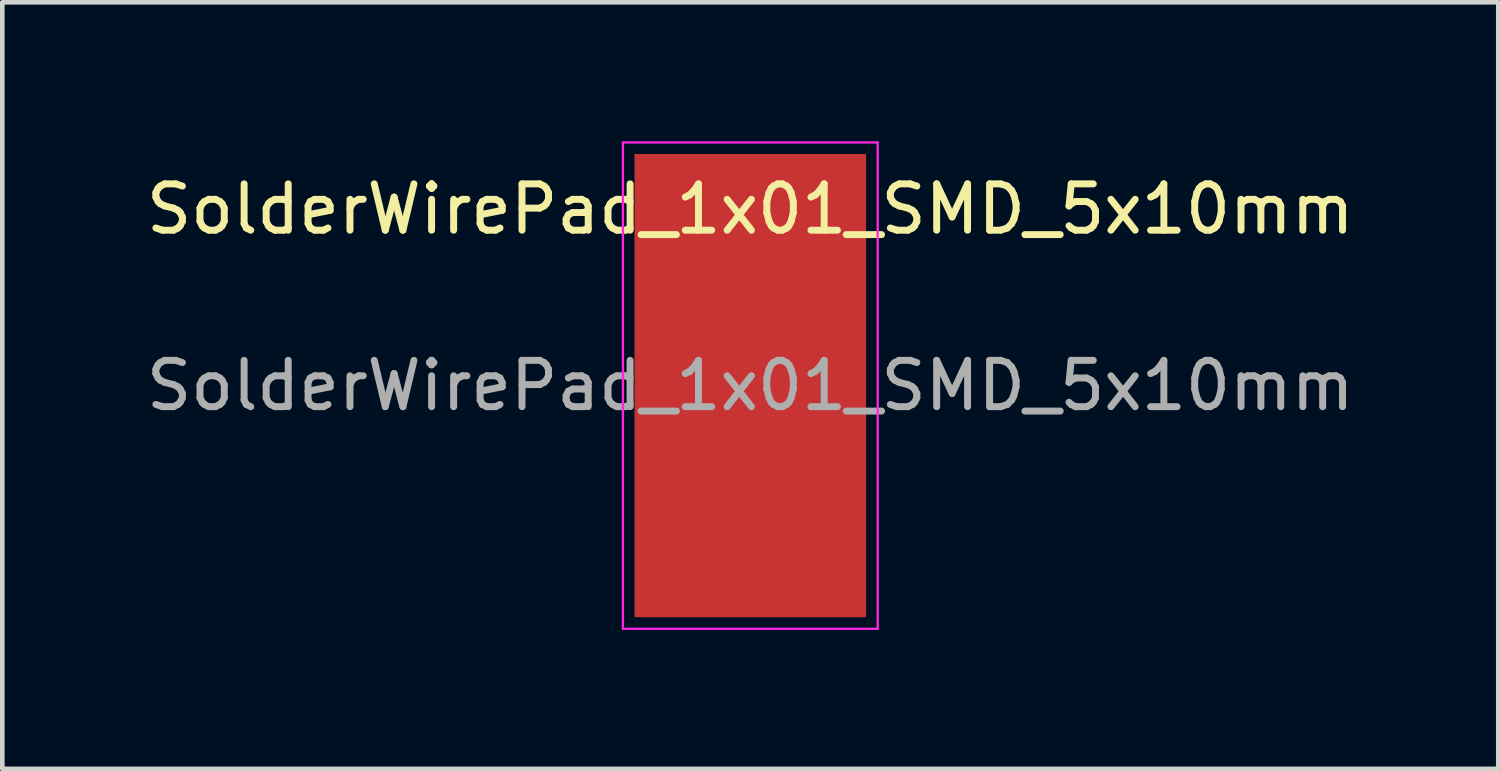
<source format=kicad_pcb>
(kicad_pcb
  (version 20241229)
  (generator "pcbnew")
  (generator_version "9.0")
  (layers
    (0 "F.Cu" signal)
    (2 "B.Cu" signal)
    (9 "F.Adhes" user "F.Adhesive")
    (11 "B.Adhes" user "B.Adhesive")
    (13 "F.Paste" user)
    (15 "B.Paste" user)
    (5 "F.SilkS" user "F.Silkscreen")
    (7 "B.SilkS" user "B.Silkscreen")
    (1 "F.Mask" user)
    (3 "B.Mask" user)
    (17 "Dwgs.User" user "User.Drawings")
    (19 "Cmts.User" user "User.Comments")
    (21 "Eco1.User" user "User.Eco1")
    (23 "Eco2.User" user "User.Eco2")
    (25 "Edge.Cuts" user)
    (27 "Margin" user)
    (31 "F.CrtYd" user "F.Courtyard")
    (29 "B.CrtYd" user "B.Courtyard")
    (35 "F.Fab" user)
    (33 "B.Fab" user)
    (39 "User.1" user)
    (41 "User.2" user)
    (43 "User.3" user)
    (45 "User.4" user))
  (footprint "SolderWirePad_1x01_SMD_5x10mm"
    (layer "F.Cu")
    (at 13.149 5.275)
    (property "Reference" "SolderWirePad_1x01_SMD_5x10mm" (at 0 -3.81 0) (layer "F.SilkS") (effects (font (size 1 1) (thickness 0.15))))
    (attr smd exclude_from_pos_files exclude_from_bom)
    (fp_line (start -2.75 -5.25) (end -2.75 5.25) (stroke (width 0.05) (type solid)) (layer "F.CrtYd"))
    (fp_line (start -2.75 5.25) (end 2.75 5.25) (stroke (width 0.05) (type solid)) (layer "F.CrtYd"))
    (fp_line (start 2.75 -5.25) (end -2.75 -5.25) (stroke (width 0.05) (type solid)) (layer "F.CrtYd"))
    (fp_line (start 2.75 5.25) (end 2.75 -5.25) (stroke (width 0.05) (type solid)) (layer "F.CrtYd"))
    (fp_text user "${REFERENCE}" (at 0 0 0) (layer "F.Fab") (effects (font (size 1 1) (thickness 0.15))))
    (pad "1" smd rect (at 0 0) (size 5 10) (layers "F.Cu" "F.Paste")))
  (gr_rect
    (start -3 -3)
    (end 29.298 13.55)
    (stroke (width 0.1) (type default))
    (fill no)
    (layer "Edge.Cuts")))
</source>
